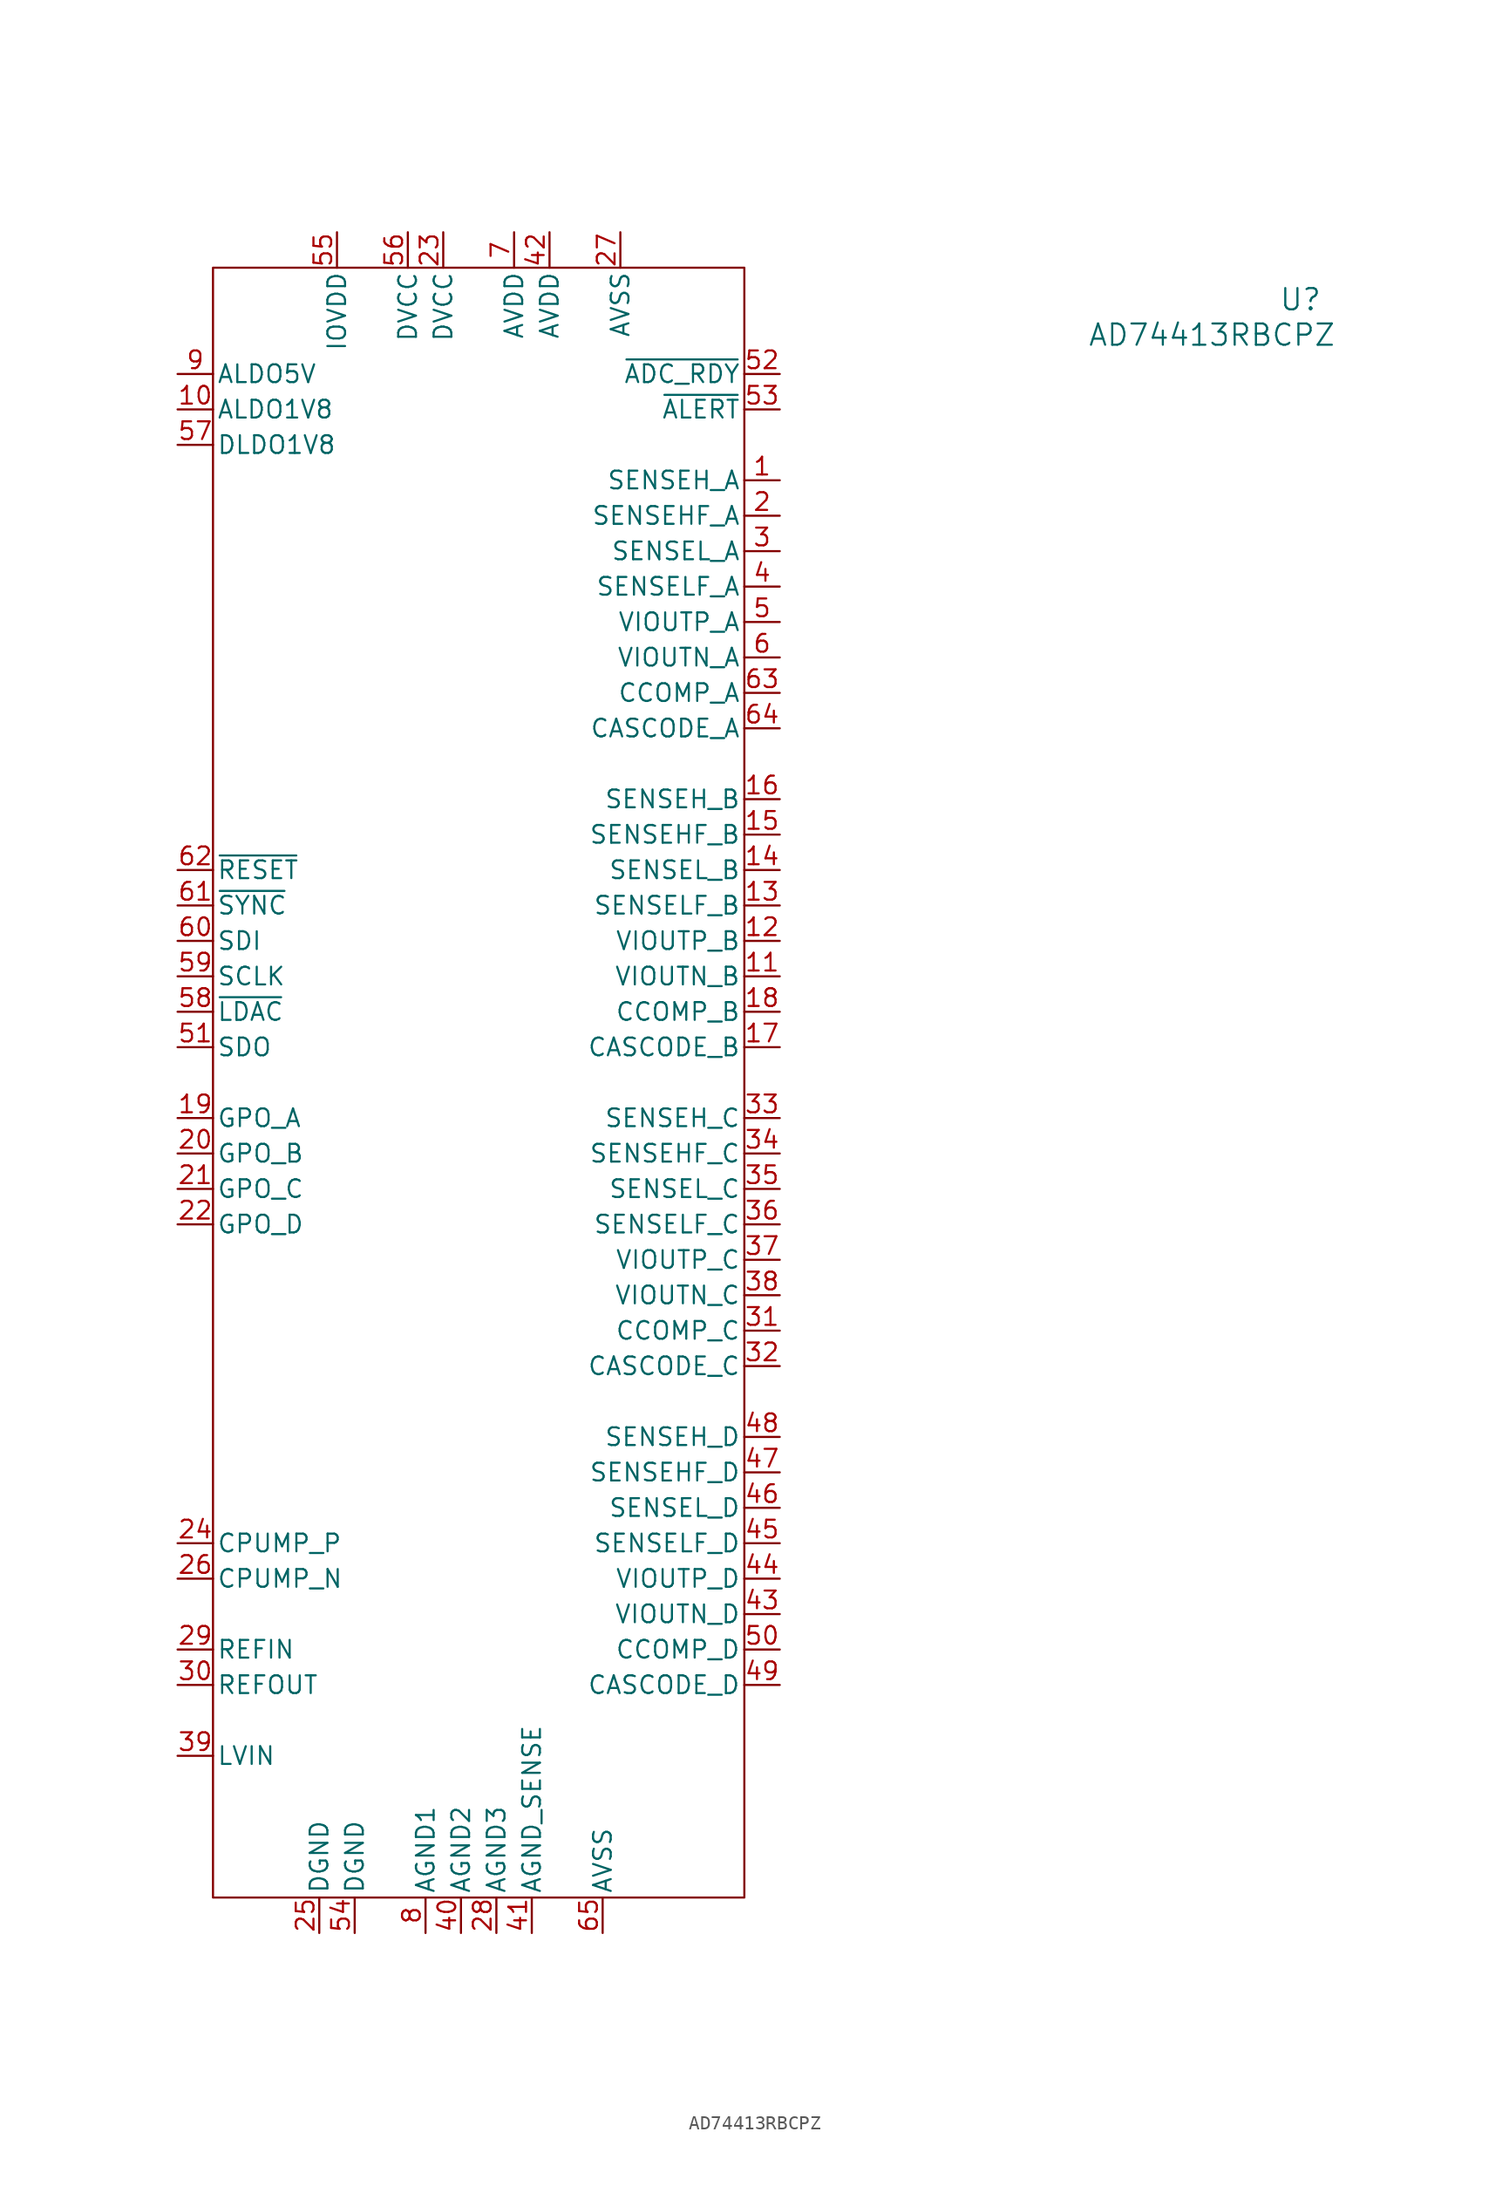
<source format=kicad_sym>
(kicad_symbol_lib
  (version 20231120)
  (generator "kicad_symbol_editor")
  (generator_version "8.0")
  (symbol "AD74413RBCPZ"
    (pin_names
      (offset 0.254))
    (property "Reference" "U"
      (at 58.928 56.134 0)
      (effects (font (size 1.524 1.524))))
    (property "Value" "AD74413RBCPZ"
      (at 52.578 53.594 0)
      (effects (font (size 1.524 1.524))))
    (symbol "AD74413RBCPZ_0_1"
      (pin unspecified line (at 21.59 43.18 180) (length 2.54) (name "SENSEH_A" (effects (font (size 1.27 1.27)))) (number "1" (effects (font (size 1.27 1.27)))))
      (pin output line (at -21.59 48.26 0) (length 2.54) (name "ALDO1V8" (effects (font (size 1.27 1.27)))) (number "10" (effects (font (size 1.27 1.27)))))
      (pin output line (at 21.59 7.62 180) (length 2.54) (name "VIOUTN_B" (effects (font (size 1.27 1.27)))) (number "11" (effects (font (size 1.27 1.27)))))
      (pin output line (at 21.59 10.16 180) (length 2.54) (name "VIOUTP_B" (effects (font (size 1.27 1.27)))) (number "12" (effects (font (size 1.27 1.27)))))
      (pin unspecified line (at 21.59 12.7 180) (length 2.54) (name "SENSELF_B" (effects (font (size 1.27 1.27)))) (number "13" (effects (font (size 1.27 1.27)))))
      (pin unspecified line (at 21.59 15.24 180) (length 2.54) (name "SENSEL_B" (effects (font (size 1.27 1.27)))) (number "14" (effects (font (size 1.27 1.27)))))
      (pin unspecified line (at 21.59 17.78 180) (length 2.54) (name "SENSEHF_B" (effects (font (size 1.27 1.27)))) (number "15" (effects (font (size 1.27 1.27)))))
      (pin unspecified line (at 21.59 20.32 180) (length 2.54) (name "SENSEH_B" (effects (font (size 1.27 1.27)))) (number "16" (effects (font (size 1.27 1.27)))))
      (pin unspecified line (at 21.59 2.54 180) (length 2.54) (name "CASCODE_B" (effects (font (size 1.27 1.27)))) (number "17" (effects (font (size 1.27 1.27)))))
      (pin unspecified line (at 21.59 5.08 180) (length 2.54) (name "CCOMP_B" (effects (font (size 1.27 1.27)))) (number "18" (effects (font (size 1.27 1.27)))))
      (pin output line (at -21.59 -2.54 0) (length 2.54) (name "GPO_A" (effects (font (size 1.27 1.27)))) (number "19" (effects (font (size 1.27 1.27)))))
      (pin unspecified line (at 21.59 40.64 180) (length 2.54) (name "SENSEHF_A" (effects (font (size 1.27 1.27)))) (number "2" (effects (font (size 1.27 1.27)))))
      (pin output line (at -21.59 -5.08 0) (length 2.54) (name "GPO_B" (effects (font (size 1.27 1.27)))) (number "20" (effects (font (size 1.27 1.27)))))
      (pin output line (at -21.59 -7.62 0) (length 2.54) (name "GPO_C" (effects (font (size 1.27 1.27)))) (number "21" (effects (font (size 1.27 1.27)))))
      (pin output line (at -21.59 -10.16 0) (length 2.54) (name "GPO_D" (effects (font (size 1.27 1.27)))) (number "22" (effects (font (size 1.27 1.27)))))
      (pin power_in line (at -2.54 60.96 270) (length 2.54) (name "DVCC" (effects (font (size 1.27 1.27)))) (number "23" (effects (font (size 1.27 1.27)))))
      (pin unspecified line (at -21.59 -33.02 0) (length 2.54) (name "CPUMP_P" (effects (font (size 1.27 1.27)))) (number "24" (effects (font (size 1.27 1.27)))))
      (pin power_out line (at -11.43 -60.96 90) (length 2.54) (name "DGND" (effects (font (size 1.27 1.27)))) (number "25" (effects (font (size 1.27 1.27)))))
      (pin unspecified line (at -21.59 -35.56 0) (length 2.54) (name "CPUMP_N" (effects (font (size 1.27 1.27)))) (number "26" (effects (font (size 1.27 1.27)))))
      (pin power_out line (at 10.16 60.96 270) (length 2.54) (name "AVSS" (effects (font (size 1.27 1.27)))) (number "27" (effects (font (size 1.27 1.27)))))
      (pin power_out line (at 1.27 -60.96 90) (length 2.54) (name "AGND3" (effects (font (size 1.27 1.27)))) (number "28" (effects (font (size 1.27 1.27)))))
      (pin input line (at -21.59 -40.64 0) (length 2.54) (name "REFIN" (effects (font (size 1.27 1.27)))) (number "29" (effects (font (size 1.27 1.27)))))
      (pin unspecified line (at 21.59 38.1 180) (length 2.54) (name "SENSEL_A" (effects (font (size 1.27 1.27)))) (number "3" (effects (font (size 1.27 1.27)))))
      (pin output line (at -21.59 -43.18 0) (length 2.54) (name "REFOUT" (effects (font (size 1.27 1.27)))) (number "30" (effects (font (size 1.27 1.27)))))
      (pin unspecified line (at 21.59 -17.78 180) (length 2.54) (name "CCOMP_C" (effects (font (size 1.27 1.27)))) (number "31" (effects (font (size 1.27 1.27)))))
      (pin unspecified line (at 21.59 -20.32 180) (length 2.54) (name "CASCODE_C" (effects (font (size 1.27 1.27)))) (number "32" (effects (font (size 1.27 1.27)))))
      (pin unspecified line (at 21.59 -2.54 180) (length 2.54) (name "SENSEH_C" (effects (font (size 1.27 1.27)))) (number "33" (effects (font (size 1.27 1.27)))))
      (pin unspecified line (at 21.59 -5.08 180) (length 2.54) (name "SENSEHF_C" (effects (font (size 1.27 1.27)))) (number "34" (effects (font (size 1.27 1.27)))))
      (pin unspecified line (at 21.59 -7.62 180) (length 2.54) (name "SENSEL_C" (effects (font (size 1.27 1.27)))) (number "35" (effects (font (size 1.27 1.27)))))
      (pin unspecified line (at 21.59 -10.16 180) (length 2.54) (name "SENSELF_C" (effects (font (size 1.27 1.27)))) (number "36" (effects (font (size 1.27 1.27)))))
      (pin output line (at 21.59 -12.7 180) (length 2.54) (name "VIOUTP_C" (effects (font (size 1.27 1.27)))) (number "37" (effects (font (size 1.27 1.27)))))
      (pin output line (at 21.59 -15.24 180) (length 2.54) (name "VIOUTN_C" (effects (font (size 1.27 1.27)))) (number "38" (effects (font (size 1.27 1.27)))))
      (pin input line (at -21.59 -48.26 0) (length 2.54) (name "LVIN" (effects (font (size 1.27 1.27)))) (number "39" (effects (font (size 1.27 1.27)))))
      (pin unspecified line (at 21.59 35.56 180) (length 2.54) (name "SENSELF_A" (effects (font (size 1.27 1.27)))) (number "4" (effects (font (size 1.27 1.27)))))
      (pin power_out line (at -1.27 -60.96 90) (length 2.54) (name "AGND2" (effects (font (size 1.27 1.27)))) (number "40" (effects (font (size 1.27 1.27)))))
      (pin power_out line (at 3.81 -60.96 90) (length 2.54) (name "AGND_SENSE" (effects (font (size 1.27 1.27)))) (number "41" (effects (font (size 1.27 1.27)))))
      (pin power_in line (at 5.08 60.96 270) (length 2.54) (name "AVDD" (effects (font (size 1.27 1.27)))) (number "42" (effects (font (size 1.27 1.27)))))
      (pin output line (at 21.59 -38.1 180) (length 2.54) (name "VIOUTN_D" (effects (font (size 1.27 1.27)))) (number "43" (effects (font (size 1.27 1.27)))))
      (pin output line (at 21.59 -35.56 180) (length 2.54) (name "VIOUTP_D" (effects (font (size 1.27 1.27)))) (number "44" (effects (font (size 1.27 1.27)))))
      (pin unspecified line (at 21.59 -33.02 180) (length 2.54) (name "SENSELF_D" (effects (font (size 1.27 1.27)))) (number "45" (effects (font (size 1.27 1.27)))))
      (pin unspecified line (at 21.59 -30.48 180) (length 2.54) (name "SENSEL_D" (effects (font (size 1.27 1.27)))) (number "46" (effects (font (size 1.27 1.27)))))
      (pin unspecified line (at 21.59 -27.94 180) (length 2.54) (name "SENSEHF_D" (effects (font (size 1.27 1.27)))) (number "47" (effects (font (size 1.27 1.27)))))
      (pin unspecified line (at 21.59 -25.4 180) (length 2.54) (name "SENSEH_D" (effects (font (size 1.27 1.27)))) (number "48" (effects (font (size 1.27 1.27)))))
      (pin unspecified line (at 21.59 -43.18 180) (length 2.54) (name "CASCODE_D" (effects (font (size 1.27 1.27)))) (number "49" (effects (font (size 1.27 1.27)))))
      (pin output line (at 21.59 33.02 180) (length 2.54) (name "VIOUTP_A" (effects (font (size 1.27 1.27)))) (number "5" (effects (font (size 1.27 1.27)))))
      (pin unspecified line (at 21.59 -40.64 180) (length 2.54) (name "CCOMP_D" (effects (font (size 1.27 1.27)))) (number "50" (effects (font (size 1.27 1.27)))))
      (pin output line (at -21.59 2.54 0) (length 2.54) (name "SDO" (effects (font (size 1.27 1.27)))) (number "51" (effects (font (size 1.27 1.27)))))
      (pin power_out line (at -8.89 -60.96 90) (length 2.54) (name "DGND" (effects (font (size 1.27 1.27)))) (number "54" (effects (font (size 1.27 1.27)))))
      (pin power_in line (at -10.16 60.96 270) (length 2.54) (name "IOVDD" (effects (font (size 1.27 1.27)))) (number "55" (effects (font (size 1.27 1.27)))))
      (pin power_in line (at -5.08 60.96 270) (length 2.54) (name "DVCC" (effects (font (size 1.27 1.27)))) (number "56" (effects (font (size 1.27 1.27)))))
      (pin output line (at -21.59 45.72 0) (length 2.54) (name "DLDO1V8" (effects (font (size 1.27 1.27)))) (number "57" (effects (font (size 1.27 1.27)))))
      (pin unspecified line (at -21.59 7.62 0) (length 2.54) (name "SCLK" (effects (font (size 1.27 1.27)))) (number "59" (effects (font (size 1.27 1.27)))))
      (pin output line (at 21.59 30.48 180) (length 2.54) (name "VIOUTN_A" (effects (font (size 1.27 1.27)))) (number "6" (effects (font (size 1.27 1.27)))))
      (pin input line (at -21.59 10.16 0) (length 2.54) (name "SDI" (effects (font (size 1.27 1.27)))) (number "60" (effects (font (size 1.27 1.27)))))
      (pin unspecified line (at 21.59 27.94 180) (length 2.54) (name "CCOMP_A" (effects (font (size 1.27 1.27)))) (number "63" (effects (font (size 1.27 1.27)))))
      (pin unspecified line (at 21.59 25.4 180) (length 2.54) (name "CASCODE_A" (effects (font (size 1.27 1.27)))) (number "64" (effects (font (size 1.27 1.27)))))
      (pin power_out line (at 8.89 -60.96 90) (length 2.54) (name "AVSS" (effects (font (size 1.27 1.27)))) (number "65" (effects (font (size 1.27 1.27)))))
      (pin power_in line (at 2.54 60.96 270) (length 2.54) (name "AVDD" (effects (font (size 1.27 1.27)))) (number "7" (effects (font (size 1.27 1.27)))))
      (pin power_out line (at -3.81 -60.96 90) (length 2.54) (name "AGND1" (effects (font (size 1.27 1.27)))) (number "8" (effects (font (size 1.27 1.27)))))
      (pin output line (at -21.59 50.8 0) (length 2.54) (name "ALDO5V" (effects (font (size 1.27 1.27)))) (number "9" (effects (font (size 1.27 1.27))))))
    (symbol "AD74413RBCPZ_1_1"
      (rectangle (start -19.05 58.42) (end 19.05 -58.42) (stroke (width 0) (type default)) (fill (type none)))
      (pin output line (at 21.59 50.8 180) (length 2.54) (name "~{ADC_RDY}" (effects (font (size 1.27 1.27)))) (number "52" (effects (font (size 1.27 1.27)))))
      (pin output line (at 21.59 48.26 180) (length 2.54) (name "~{ALERT}" (effects (font (size 1.27 1.27)))) (number "53" (effects (font (size 1.27 1.27)))))
      (pin input line (at -21.59 5.08 0) (length 2.54) (name "~{LDAC}" (effects (font (size 1.27 1.27)))) (number "58" (effects (font (size 1.27 1.27)))))
      (pin input line (at -21.59 12.7 0) (length 2.54) (name "~{SYNC}" (effects (font (size 1.27 1.27)))) (number "61" (effects (font (size 1.27 1.27)))))
      (pin input line (at -21.59 15.24 0) (length 2.54) (name "~{RESET}" (effects (font (size 1.27 1.27)))) (number "62" (effects (font (size 1.27 1.27))))))))
</source>
